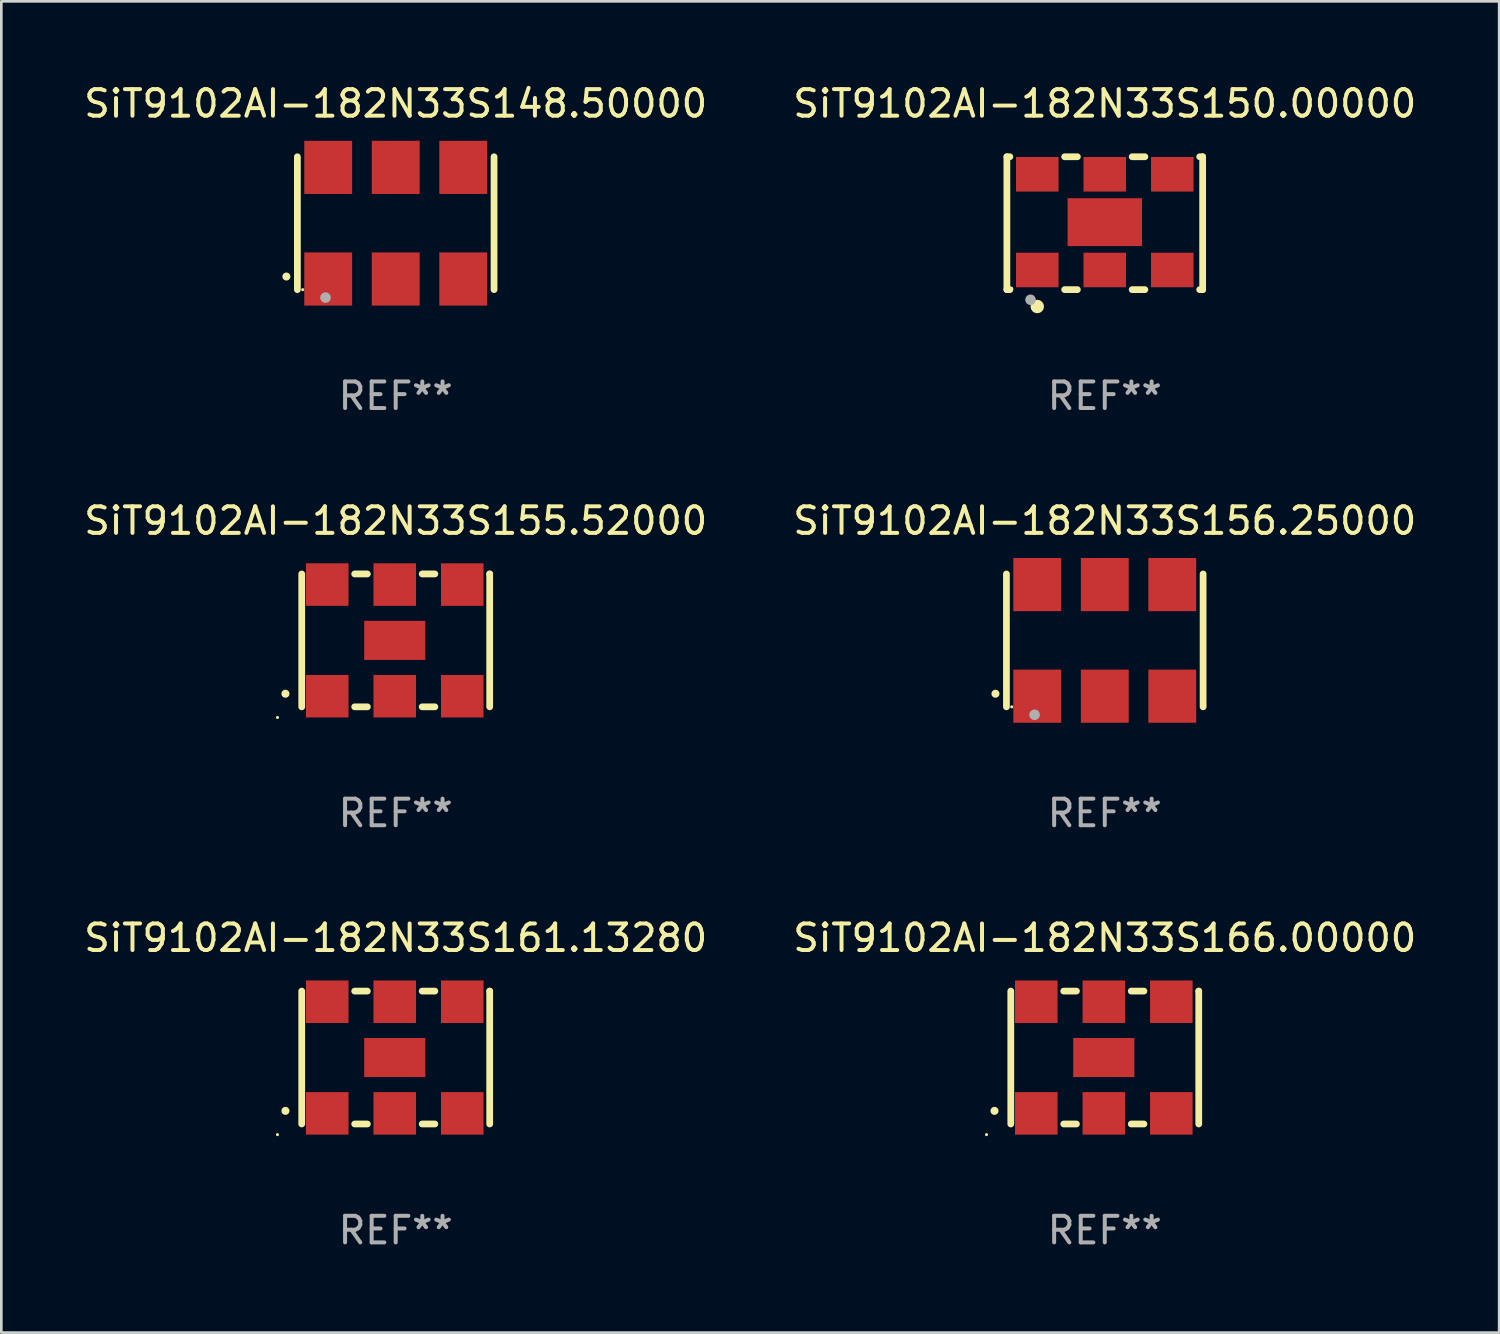
<source format=kicad_pcb>
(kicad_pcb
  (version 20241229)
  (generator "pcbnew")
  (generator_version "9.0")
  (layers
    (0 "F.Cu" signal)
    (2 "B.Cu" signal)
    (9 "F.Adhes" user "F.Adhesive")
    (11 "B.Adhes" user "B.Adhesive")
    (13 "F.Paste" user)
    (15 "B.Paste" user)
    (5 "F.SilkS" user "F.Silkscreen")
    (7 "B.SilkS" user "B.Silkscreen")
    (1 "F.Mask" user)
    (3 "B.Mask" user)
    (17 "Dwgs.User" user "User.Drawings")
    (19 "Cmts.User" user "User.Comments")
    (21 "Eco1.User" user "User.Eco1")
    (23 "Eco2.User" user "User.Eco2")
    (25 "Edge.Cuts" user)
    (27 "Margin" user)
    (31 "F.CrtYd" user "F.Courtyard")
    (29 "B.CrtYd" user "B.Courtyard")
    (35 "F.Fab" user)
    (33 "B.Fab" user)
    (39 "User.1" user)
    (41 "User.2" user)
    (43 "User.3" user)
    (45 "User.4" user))
  (footprint "SiT9102AI-182N33S161.13280"
    (layer "F.Cu")
    (at 11.839 36.741)
    (property "Reference" "SiT9102AI-182N33S161.13280" (at 0 -4.5 0) (layer "F.SilkS") (effects (font (size 1 1) (thickness 0.15))))
    (attr through_hole)
    (fp_line (start -3.536 -2.5) (end -3.536 2.5) (stroke (width 0.254) (type solid)) (layer "F.SilkS"))
    (fp_line (start -1.544 2.5) (end -1.067 2.5) (stroke (width 0.254) (type solid)) (layer "F.SilkS"))
    (fp_line (start -1.067 -2.5) (end -1.544 -2.5) (stroke (width 0.254) (type solid)) (layer "F.SilkS"))
    (fp_line (start 0.996 2.5) (end 1.473 2.5) (stroke (width 0.254) (type solid)) (layer "F.SilkS"))
    (fp_line (start 1.473 -2.5) (end 0.996 -2.5) (stroke (width 0.254) (type solid)) (layer "F.SilkS"))
    (fp_line (start 3.536 -2.5) (end 3.536 -2.5) (stroke (width 0.254) (type solid)) (layer "F.SilkS"))
    (fp_line (start 3.536 2.5) (end 3.536 -2.5) (stroke (width 0.254) (type solid)) (layer "F.SilkS"))
    (fp_arc (start -4.150432 2.006604) (mid -4.149162 2.006599) (end -4.147892 2.006604) (stroke (width 0.3) (type solid)) (layer "F.SilkS"))
    (fp_circle (center -4.449 2.9) (end -4.419 2.9) (stroke (width 0.06) (type solid)) (fill no) (layer "F.SilkS"))
    (fp_text user "REF**" (at 0 6.5 0) (layer "F.Fab") (effects (font (size 1 1) (thickness 0.15))))
    (pad "1" smd rect (at -2.576 2.1) (size 1.6 1.6) (layers "F.Cu" "F.Mask" "F.Paste"))
    (pad "2" smd rect (at -0.036 2.1) (size 1.6 1.6) (layers "F.Cu" "F.Mask" "F.Paste"))
    (pad "3" smd rect (at 2.504 2.1) (size 1.6 1.6) (layers "F.Cu" "F.Mask" "F.Paste"))
    (pad "4" smd rect (at 2.504 -2.1) (size 1.6 1.6) (layers "F.Cu" "F.Mask" "F.Paste"))
    (pad "5" smd rect (at -0.036 -2.1) (size 1.6 1.6) (layers "F.Cu" "F.Mask" "F.Paste"))
    (pad "6" smd rect (at -2.576 -2.1) (size 1.6 1.6) (layers "F.Cu" "F.Mask" "F.Paste"))
    (pad "7" smd rect (at -0.036 0) (size 2.3 1.47) (layers "F.Cu" "F.Mask" "F.Paste")))
  (footprint "SiT9102AI-182N33S166.00000"
    (layer "F.Cu")
    (at 38.518 36.741)
    (property "Reference" "SiT9102AI-182N33S166.00000" (at 0 -4.5 0) (layer "F.SilkS") (effects (font (size 1 1) (thickness 0.15))))
    (attr through_hole)
    (fp_line (start -3.536 -2.5) (end -3.536 2.5) (stroke (width 0.254) (type solid)) (layer "F.SilkS"))
    (fp_line (start -1.544 2.5) (end -1.067 2.5) (stroke (width 0.254) (type solid)) (layer "F.SilkS"))
    (fp_line (start -1.067 -2.5) (end -1.544 -2.5) (stroke (width 0.254) (type solid)) (layer "F.SilkS"))
    (fp_line (start 0.996 2.5) (end 1.473 2.5) (stroke (width 0.254) (type solid)) (layer "F.SilkS"))
    (fp_line (start 1.473 -2.5) (end 0.996 -2.5) (stroke (width 0.254) (type solid)) (layer "F.SilkS"))
    (fp_line (start 3.536 -2.5) (end 3.536 -2.5) (stroke (width 0.254) (type solid)) (layer "F.SilkS"))
    (fp_line (start 3.536 2.5) (end 3.536 -2.5) (stroke (width 0.254) (type solid)) (layer "F.SilkS"))
    (fp_arc (start -4.150432 2.006604) (mid -4.149162 2.006599) (end -4.147892 2.006604) (stroke (width 0.3) (type solid)) (layer "F.SilkS"))
    (fp_circle (center -4.449 2.9) (end -4.419 2.9) (stroke (width 0.06) (type solid)) (fill no) (layer "F.SilkS"))
    (fp_text user "REF**" (at 0 6.5 0) (layer "F.Fab") (effects (font (size 1 1) (thickness 0.15))))
    (pad "1" smd rect (at -2.576 2.1) (size 1.6 1.6) (layers "F.Cu" "F.Mask" "F.Paste"))
    (pad "2" smd rect (at -0.036 2.1) (size 1.6 1.6) (layers "F.Cu" "F.Mask" "F.Paste"))
    (pad "3" smd rect (at 2.504 2.1) (size 1.6 1.6) (layers "F.Cu" "F.Mask" "F.Paste"))
    (pad "4" smd rect (at 2.504 -2.1) (size 1.6 1.6) (layers "F.Cu" "F.Mask" "F.Paste"))
    (pad "5" smd rect (at -0.036 -2.1) (size 1.6 1.6) (layers "F.Cu" "F.Mask" "F.Paste"))
    (pad "6" smd rect (at -2.576 -2.1) (size 1.6 1.6) (layers "F.Cu" "F.Mask" "F.Paste"))
    (pad "7" smd rect (at -0.036 0) (size 2.3 1.47) (layers "F.Cu" "F.Mask" "F.Paste")))
  (footprint "SiT9102AI-182N33S148.50000"
    (layer "F.Cu")
    (at 11.839 5.348)
    (property "Reference" "SiT9102AI-182N33S148.50000" (at 0 -4.5 0) (layer "F.SilkS") (effects (font (size 1 1) (thickness 0.15))))
    (attr through_hole)
    (fp_line (start -3.7 -2.5) (end -3.7 2.5) (stroke (width 0.254) (type solid)) (layer "F.SilkS"))
    (fp_line (start 3.7 -2.5) (end 3.7 2.5) (stroke (width 0.254) (type solid)) (layer "F.SilkS"))
    (fp_arc (start -4.114415 2.006604) (mid -4.113145 2.006599) (end -4.111875 2.006604) (stroke (width 0.3) (type solid)) (layer "F.SilkS"))
    (fp_circle (center -3.5 2.501) (end -3.47 2.501) (stroke (width 0.06) (type solid)) (fill no) (layer "F.SilkS"))
    (fp_circle (center -2.641 2.799) (end -2.541 2.799) (stroke (width 0.2) (type solid)) (fill no) (layer "F.Fab"))
    (fp_text user "REF**" (at 0 6.5 0) (layer "F.Fab") (effects (font (size 1 1) (thickness 0.15))))
    (pad "1" smd rect (at -2.54 2.1) (size 1.8 2) (layers "F.Cu" "F.Mask" "F.Paste"))
    (pad "2" smd rect (at 0.000394 2.1) (size 1.8 2) (layers "F.Cu" "F.Mask" "F.Paste"))
    (pad "3" smd rect (at 2.54 2.1) (size 1.8 2) (layers "F.Cu" "F.Mask" "F.Paste"))
    (pad "4" smd rect (at 2.54 -2.1) (size 1.8 2) (layers "F.Cu" "F.Mask" "F.Paste"))
    (pad "5" smd rect (at 0.000394 -2.1) (size 1.8 2) (layers "F.Cu" "F.Mask" "F.Paste"))
    (pad "6" smd rect (at -2.54 -2.1) (size 1.8 2) (layers "F.Cu" "F.Mask" "F.Paste")))
  (footprint "SiT9102AI-182N33S155.52000"
    (layer "F.Cu")
    (at 11.839 21.045)
    (property "Reference" "SiT9102AI-182N33S155.52000" (at 0 -4.5 0) (layer "F.SilkS") (effects (font (size 1 1) (thickness 0.15))))
    (attr through_hole)
    (fp_line (start -3.536 -2.5) (end -3.536 2.5) (stroke (width 0.254) (type solid)) (layer "F.SilkS"))
    (fp_line (start -1.544 2.5) (end -1.067 2.5) (stroke (width 0.254) (type solid)) (layer "F.SilkS"))
    (fp_line (start -1.067 -2.5) (end -1.544 -2.5) (stroke (width 0.254) (type solid)) (layer "F.SilkS"))
    (fp_line (start 0.996 2.5) (end 1.473 2.5) (stroke (width 0.254) (type solid)) (layer "F.SilkS"))
    (fp_line (start 1.473 -2.5) (end 0.996 -2.5) (stroke (width 0.254) (type solid)) (layer "F.SilkS"))
    (fp_line (start 3.536 -2.5) (end 3.536 -2.5) (stroke (width 0.254) (type solid)) (layer "F.SilkS"))
    (fp_line (start 3.536 2.5) (end 3.536 -2.5) (stroke (width 0.254) (type solid)) (layer "F.SilkS"))
    (fp_arc (start -4.150432 2.006604) (mid -4.149162 2.006599) (end -4.147892 2.006604) (stroke (width 0.3) (type solid)) (layer "F.SilkS"))
    (fp_circle (center -4.449 2.9) (end -4.419 2.9) (stroke (width 0.06) (type solid)) (fill no) (layer "F.SilkS"))
    (fp_text user "REF**" (at 0 6.5 0) (layer "F.Fab") (effects (font (size 1 1) (thickness 0.15))))
    (pad "1" smd rect (at -2.576 2.1) (size 1.6 1.6) (layers "F.Cu" "F.Mask" "F.Paste"))
    (pad "2" smd rect (at -0.036 2.1) (size 1.6 1.6) (layers "F.Cu" "F.Mask" "F.Paste"))
    (pad "3" smd rect (at 2.504 2.1) (size 1.6 1.6) (layers "F.Cu" "F.Mask" "F.Paste"))
    (pad "4" smd rect (at 2.504 -2.1) (size 1.6 1.6) (layers "F.Cu" "F.Mask" "F.Paste"))
    (pad "5" smd rect (at -0.036 -2.1) (size 1.6 1.6) (layers "F.Cu" "F.Mask" "F.Paste"))
    (pad "6" smd rect (at -2.576 -2.1) (size 1.6 1.6) (layers "F.Cu" "F.Mask" "F.Paste"))
    (pad "7" smd rect (at -0.036 0) (size 2.3 1.47) (layers "F.Cu" "F.Mask" "F.Paste")))
  (footprint "SiT9102AI-182N33S150.00000"
    (layer "F.Cu")
    (at 38.518 5.348)
    (property "Reference" "SiT9102AI-182N33S150.00000" (at 0 -4.5 0) (layer "F.SilkS") (effects (font (size 1 1) (thickness 0.15))))
    (attr through_hole)
    (fp_line (start -3.683 -2.5) (end -3.571 -2.5) (stroke (width 0.254) (type solid)) (layer "F.SilkS"))
    (fp_line (start -3.683 2.5) (end -3.683 -2.5) (stroke (width 0.254) (type solid)) (layer "F.SilkS"))
    (fp_line (start -3.683 2.5) (end -3.571 2.5) (stroke (width 0.254) (type solid)) (layer "F.SilkS"))
    (fp_line (start -1.509 -2.5) (end -1.031 -2.5) (stroke (width 0.254) (type solid)) (layer "F.SilkS"))
    (fp_line (start -1.509 2.5) (end -1.031 2.5) (stroke (width 0.254) (type solid)) (layer "F.SilkS"))
    (fp_line (start 1.031 -2.5) (end 1.509 -2.5) (stroke (width 0.254) (type solid)) (layer "F.SilkS"))
    (fp_line (start 1.031 2.5) (end 1.509 2.5) (stroke (width 0.254) (type solid)) (layer "F.SilkS"))
    (fp_line (start 3.571 -2.5) (end 3.683 -2.5) (stroke (width 0.254) (type solid)) (layer "F.SilkS"))
    (fp_line (start 3.571 2.5) (end 3.683 2.5) (stroke (width 0.254) (type solid)) (layer "F.SilkS"))
    (fp_line (start 3.683 2.5) (end 3.683 -2.5) (stroke (width 0.254) (type solid)) (layer "F.SilkS"))
    (fp_circle (center -3.5 2.46) (end -3.47 2.46) (stroke (width 0.06) (type solid)) (fill no) (layer "F.SilkS"))
    (fp_circle (center -2.54 3.135) (end -2.413 3.135) (stroke (width 0.254) (type solid)) (fill no) (layer "F.SilkS"))
    (fp_circle (center -2.794 2.881) (end -2.694 2.881) (stroke (width 0.2) (type solid)) (fill no) (layer "F.Fab"))
    (fp_text user "REF**" (at 0 6.5 0) (layer "F.Fab") (effects (font (size 1 1) (thickness 0.15))))
    (pad "1" smd rect (at -2.54 1.76) (size 1.6 1.3) (layers "F.Cu" "F.Mask" "F.Paste"))
    (pad "2" smd rect (at 0 1.76) (size 1.6 1.3) (layers "F.Cu" "F.Mask" "F.Paste"))
    (pad "3" smd rect (at 2.54 1.76) (size 1.6 1.3) (layers "F.Cu" "F.Mask" "F.Paste"))
    (pad "4" smd rect (at 2.54 -1.84) (size 1.6 1.3) (layers "F.Cu" "F.Mask" "F.Paste"))
    (pad "5" smd rect (at 0 -1.84) (size 1.6 1.3) (layers "F.Cu" "F.Mask" "F.Paste"))
    (pad "6" smd rect (at -2.54 -1.84) (size 1.6 1.3) (layers "F.Cu" "F.Mask" "F.Paste"))
    (pad "7" smd rect (at 0 -0.04) (size 2.8 1.8) (layers "F.Cu" "F.Mask" "F.Paste")))
  (footprint "SiT9102AI-182N33S156.25000"
    (layer "F.Cu")
    (at 38.518 21.045)
    (property "Reference" "SiT9102AI-182N33S156.25000" (at 0 -4.5 0) (layer "F.SilkS") (effects (font (size 1 1) (thickness 0.15))))
    (attr through_hole)
    (fp_line (start -3.7 -2.5) (end -3.7 2.5) (stroke (width 0.254) (type solid)) (layer "F.SilkS"))
    (fp_line (start 3.7 -2.5) (end 3.7 2.5) (stroke (width 0.254) (type solid)) (layer "F.SilkS"))
    (fp_arc (start -4.114415 2.006604) (mid -4.113145 2.006599) (end -4.111875 2.006604) (stroke (width 0.3) (type solid)) (layer "F.SilkS"))
    (fp_circle (center -3.5 2.501) (end -3.47 2.501) (stroke (width 0.06) (type solid)) (fill no) (layer "F.SilkS"))
    (fp_circle (center -2.641 2.799) (end -2.541 2.799) (stroke (width 0.2) (type solid)) (fill no) (layer "F.Fab"))
    (fp_text user "REF**" (at 0 6.5 0) (layer "F.Fab") (effects (font (size 1 1) (thickness 0.15))))
    (pad "1" smd rect (at -2.54 2.1) (size 1.8 2) (layers "F.Cu" "F.Mask" "F.Paste"))
    (pad "2" smd rect (at 0.000394 2.1) (size 1.8 2) (layers "F.Cu" "F.Mask" "F.Paste"))
    (pad "3" smd rect (at 2.54 2.1) (size 1.8 2) (layers "F.Cu" "F.Mask" "F.Paste"))
    (pad "4" smd rect (at 2.54 -2.1) (size 1.8 2) (layers "F.Cu" "F.Mask" "F.Paste"))
    (pad "5" smd rect (at 0.000394 -2.1) (size 1.8 2) (layers "F.Cu" "F.Mask" "F.Paste"))
    (pad "6" smd rect (at -2.54 -2.1) (size 1.8 2) (layers "F.Cu" "F.Mask" "F.Paste")))
  (gr_rect
    (start -3 -3)
    (end 53.357 47.09)
    (stroke (width 0.1) (type default))
    (fill no)
    (layer "Edge.Cuts")))
</source>
